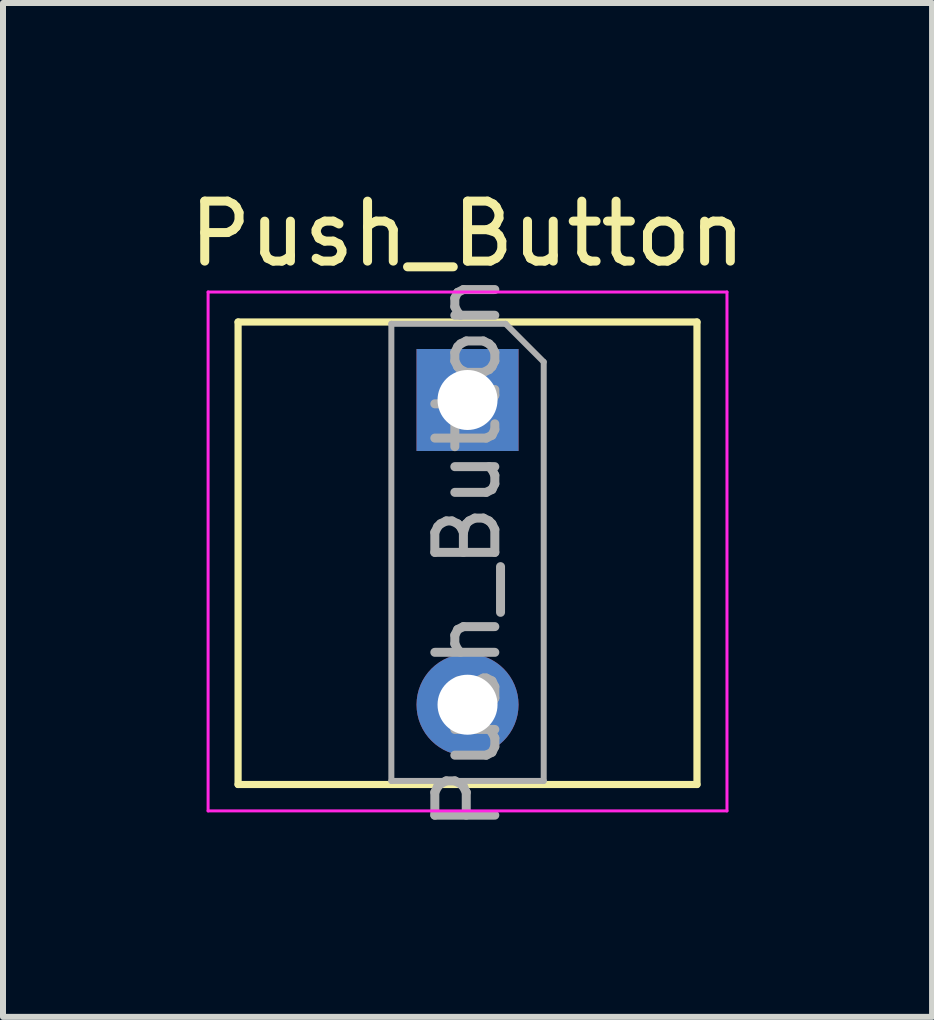
<source format=kicad_pcb>
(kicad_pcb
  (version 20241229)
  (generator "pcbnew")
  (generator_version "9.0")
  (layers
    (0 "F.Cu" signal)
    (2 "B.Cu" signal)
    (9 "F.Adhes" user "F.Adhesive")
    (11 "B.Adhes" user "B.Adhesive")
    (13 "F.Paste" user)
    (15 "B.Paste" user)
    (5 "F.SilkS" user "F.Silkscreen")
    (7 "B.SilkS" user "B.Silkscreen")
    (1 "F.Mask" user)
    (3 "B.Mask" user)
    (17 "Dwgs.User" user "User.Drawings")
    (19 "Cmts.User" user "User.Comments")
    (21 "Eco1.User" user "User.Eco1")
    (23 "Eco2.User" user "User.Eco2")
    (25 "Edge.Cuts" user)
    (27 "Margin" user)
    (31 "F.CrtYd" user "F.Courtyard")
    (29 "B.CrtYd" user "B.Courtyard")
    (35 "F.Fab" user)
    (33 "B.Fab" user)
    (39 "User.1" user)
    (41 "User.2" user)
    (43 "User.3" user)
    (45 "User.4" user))
  (footprint "Push_Button"
    (layer "F.Cu")
    (at 4.744 3.618)
    (property "Reference" "Push_Button" (at 0 -2.77 0) (layer "F.SilkS") (effects (font (size 1 1) (thickness 0.15))))
    (attr through_hole)
    (fp_line (start -3.825 -1.3) (end -3.825 6.41) (stroke (width 0.12) (type solid)) (layer "F.SilkS"))
    (fp_line (start -3.825 -1.3) (end 3.825 -1.3) (stroke (width 0.12) (type solid)) (layer "F.SilkS"))
    (fp_line (start -3.825 6.41) (end 3.825 6.41) (stroke (width 0.12) (type solid)) (layer "F.SilkS"))
    (fp_line (start 3.825 -1.3) (end 3.825 6.41) (stroke (width 0.12) (type solid)) (layer "F.SilkS"))
    (fp_line (start -4.325 -1.8) (end 4.325 -1.8) (stroke (width 0.05) (type solid)) (layer "F.CrtYd"))
    (fp_line (start -4.325 6.85) (end -4.325 -1.8) (stroke (width 0.05) (type solid)) (layer "F.CrtYd"))
    (fp_line (start 4.325 -1.8) (end 4.325 6.85) (stroke (width 0.05) (type solid)) (layer "F.CrtYd"))
    (fp_line (start 4.325 6.85) (end -4.325 6.85) (stroke (width 0.05) (type solid)) (layer "F.CrtYd"))
    (fp_line (start -1.27 -1.27) (end 0.635 -1.27) (stroke (width 0.1) (type solid)) (layer "F.Fab"))
    (fp_line (start -1.27 6.35) (end -1.27 -1.27) (stroke (width 0.1) (type solid)) (layer "F.Fab"))
    (fp_line (start 0.635 -1.27) (end 1.27 -0.635) (stroke (width 0.1) (type solid)) (layer "F.Fab"))
    (fp_line (start 1.27 -0.635) (end 1.27 6.35) (stroke (width 0.1) (type solid)) (layer "F.Fab"))
    (fp_line (start 1.27 6.35) (end -1.27 6.35) (stroke (width 0.1) (type solid)) (layer "F.Fab"))
    (fp_text user "${REFERENCE}" (at 0 2.54 90) (layer "F.Fab") (effects (font (size 1 1) (thickness 0.15))))
    (pad "1" thru_hole rect (at 0 0) (size 1.7 1.7) (drill 1) (layers "*.Cu" "*.Mask"))
    (pad "2" thru_hole oval (at 0 5.08) (size 1.7 1.7) (drill 1) (layers "*.Cu" "*.Mask")))
  (gr_rect
    (start -3 -3)
    (end 12.488 13.902)
    (stroke (width 0.1) (type default))
    (fill no)
    (layer "Edge.Cuts")))
</source>
